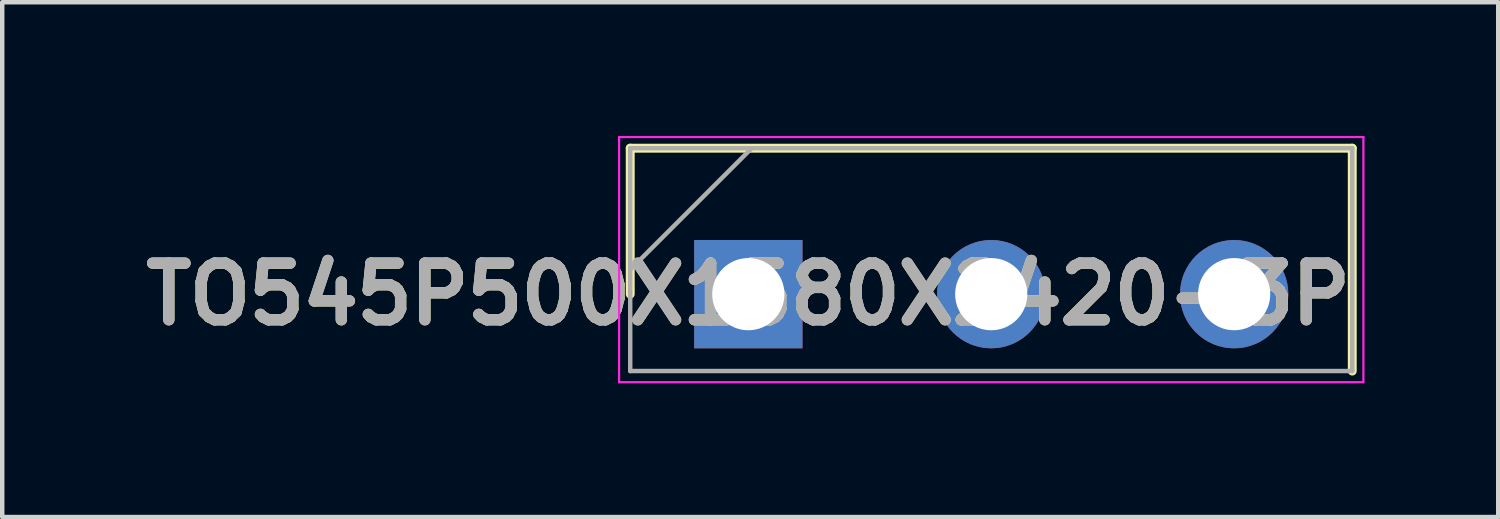
<source format=kicad_pcb>
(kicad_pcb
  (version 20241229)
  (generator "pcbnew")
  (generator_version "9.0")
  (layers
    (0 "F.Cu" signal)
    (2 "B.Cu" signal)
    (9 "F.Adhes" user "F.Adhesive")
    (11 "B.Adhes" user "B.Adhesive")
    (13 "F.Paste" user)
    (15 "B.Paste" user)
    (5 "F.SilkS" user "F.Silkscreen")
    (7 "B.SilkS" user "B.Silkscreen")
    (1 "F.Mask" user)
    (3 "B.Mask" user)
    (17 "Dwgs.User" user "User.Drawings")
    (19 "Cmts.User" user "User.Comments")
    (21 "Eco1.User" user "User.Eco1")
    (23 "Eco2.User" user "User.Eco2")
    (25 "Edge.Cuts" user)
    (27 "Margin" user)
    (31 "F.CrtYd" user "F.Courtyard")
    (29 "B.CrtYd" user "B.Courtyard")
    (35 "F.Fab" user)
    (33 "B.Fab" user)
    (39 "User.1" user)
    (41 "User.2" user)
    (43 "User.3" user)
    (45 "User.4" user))
  (footprint "TO545P500X1580X2420-3P"
    (layer "F.Cu")
    (at 13.74 3.55)
    (property "Reference" "TO545P500X1580X2420-3P" (at 0 0 0) (layer "F.SilkS") (effects (font (size 1.27 1.27) (thickness 0.254))))
    (attr through_hole)
    (fp_line (start -2.65 -3.275) (end -2.65 0) (stroke (width 0.2) (type solid)) (layer "F.SilkS"))
    (fp_line (start 13.55 -3.275) (end -2.65 -3.275) (stroke (width 0.2) (type solid)) (layer "F.SilkS"))
    (fp_line (start 13.55 1.725) (end 13.55 -3.275) (stroke (width 0.2) (type solid)) (layer "F.SilkS"))
    (fp_line (start -2.9 -3.525) (end 13.8 -3.525) (stroke (width 0.05) (type solid)) (layer "F.CrtYd"))
    (fp_line (start -2.9 1.975) (end -2.9 -3.525) (stroke (width 0.05) (type solid)) (layer "F.CrtYd"))
    (fp_line (start 13.8 -3.525) (end 13.8 1.975) (stroke (width 0.05) (type solid)) (layer "F.CrtYd"))
    (fp_line (start 13.8 1.975) (end -2.9 1.975) (stroke (width 0.05) (type solid)) (layer "F.CrtYd"))
    (fp_line (start -2.65 -3.275) (end 13.55 -3.275) (stroke (width 0.1) (type solid)) (layer "F.Fab"))
    (fp_line (start -2.65 -0.55) (end 0.075 -3.275) (stroke (width 0.1) (type solid)) (layer "F.Fab"))
    (fp_line (start -2.65 1.725) (end -2.65 -3.275) (stroke (width 0.1) (type solid)) (layer "F.Fab"))
    (fp_line (start 13.55 -3.275) (end 13.55 1.725) (stroke (width 0.1) (type solid)) (layer "F.Fab"))
    (fp_line (start 13.55 1.725) (end -2.65 1.725) (stroke (width 0.1) (type solid)) (layer "F.Fab"))
    (fp_text user "${REFERENCE}" (at 0 0 0) (layer "F.Fab") (effects (font (size 1.27 1.27) (thickness 0.254))))
    (pad "1" thru_hole rect (at 0 0) (size 2.43 2.43) (drill 1.62) (layers "*.Cu" "*.Mask"))
    (pad "2" thru_hole circle (at 5.45 0) (size 2.43 2.43) (drill 1.62) (layers "*.Cu" "*.Mask"))
    (pad "3" thru_hole circle (at 10.9 0) (size 2.43 2.43) (drill 1.62) (layers "*.Cu" "*.Mask")))
  (gr_rect
    (start -3 -3)
    (end 30.565 8.55)
    (stroke (width 0.1) (type default))
    (fill no)
    (layer "Edge.Cuts")))
</source>
